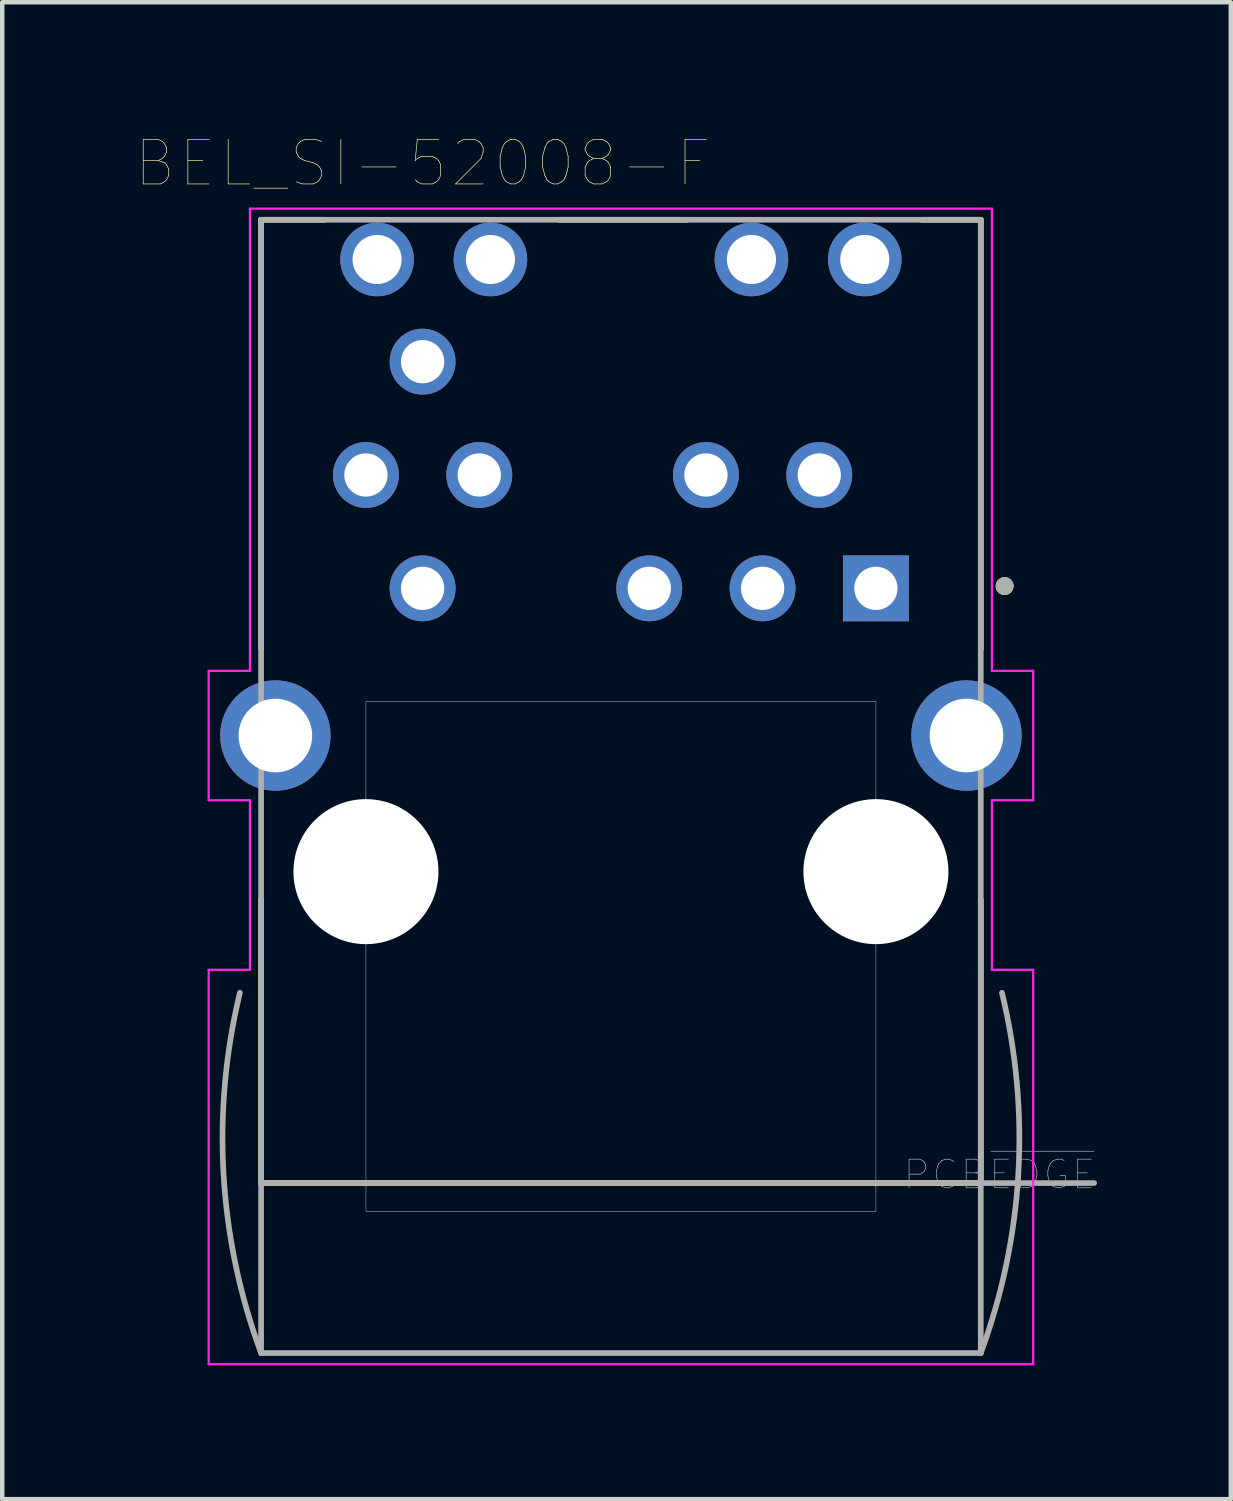
<source format=kicad_pcb>
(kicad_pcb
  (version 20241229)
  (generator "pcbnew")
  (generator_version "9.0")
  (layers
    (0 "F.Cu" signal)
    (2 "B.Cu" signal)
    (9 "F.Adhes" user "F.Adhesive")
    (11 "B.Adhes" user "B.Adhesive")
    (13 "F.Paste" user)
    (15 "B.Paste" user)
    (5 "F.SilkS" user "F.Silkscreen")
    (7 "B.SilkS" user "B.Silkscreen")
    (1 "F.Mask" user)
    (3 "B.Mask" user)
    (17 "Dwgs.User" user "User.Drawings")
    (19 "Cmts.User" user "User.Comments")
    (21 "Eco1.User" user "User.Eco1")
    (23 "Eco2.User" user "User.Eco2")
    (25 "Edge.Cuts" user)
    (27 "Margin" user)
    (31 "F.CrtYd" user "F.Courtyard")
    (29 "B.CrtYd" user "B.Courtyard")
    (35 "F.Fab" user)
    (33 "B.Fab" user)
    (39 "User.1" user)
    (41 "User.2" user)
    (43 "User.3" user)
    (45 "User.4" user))
  (footprint "BEL_SI-52008-F"
    (layer "F.Cu")
    (at 10.867 16.486)
    (property "Reference" "BEL_SI-52008-F" (at -4.445 -15.875 0) (layer "F.SilkS") (effects (font (size 1 1) (thickness 0.015))))
    (attr through_hole)
    (fp_line (start -8.065 -14.61) (end -8.065 -4.985) (stroke (width 0.127) (type solid)) (layer "F.SilkS"))
    (fp_line (start -8.065 0.63) (end -8.065 6.98) (stroke (width 0.127) (type solid)) (layer "F.SilkS"))
    (fp_line (start -8.065 6.98) (end 8.065 6.98) (stroke (width 0.127) (type solid)) (layer "F.SilkS"))
    (fp_line (start -6.64 -14.61) (end -8.065 -14.61) (stroke (width 0.127) (type solid)) (layer "F.SilkS"))
    (fp_line (start 1.48 -14.61) (end -1.38 -14.61) (stroke (width 0.127) (type solid)) (layer "F.SilkS"))
    (fp_line (start 8.065 -14.61) (end 6.74 -14.61) (stroke (width 0.127) (type solid)) (layer "F.SilkS"))
    (fp_line (start 8.065 -4.985) (end 8.065 -14.61) (stroke (width 0.127) (type solid)) (layer "F.SilkS"))
    (fp_line (start 8.065 6.98) (end 8.065 0.63) (stroke (width 0.127) (type solid)) (layer "F.SilkS"))
    (fp_circle (center 8.6 -6.4) (end 8.7 -6.4) (stroke (width 0.2) (type solid)) (fill no) (layer "F.SilkS"))
    (fp_poly (pts (xy -5.715 -3.81) (xy 5.715 -3.81) (xy 5.715 7.62) (xy -5.715 7.62)) (stroke (width 0.01) (type solid)) (fill no) (layer "Dwgs.User"))
    (fp_line (start -9.24 -4.5) (end -9.24 -1.6) (stroke (width 0.05) (type solid)) (layer "F.CrtYd"))
    (fp_line (start -9.24 -1.6) (end -8.315 -1.6) (stroke (width 0.05) (type solid)) (layer "F.CrtYd"))
    (fp_line (start -9.24 2.2) (end -9.24 11.04) (stroke (width 0.05) (type solid)) (layer "F.CrtYd"))
    (fp_line (start -9.24 11.04) (end 9.24 11.04) (stroke (width 0.05) (type solid)) (layer "F.CrtYd"))
    (fp_line (start -8.315 -14.86) (end -8.315 -4.5) (stroke (width 0.05) (type solid)) (layer "F.CrtYd"))
    (fp_line (start -8.315 -4.5) (end -9.24 -4.5) (stroke (width 0.05) (type solid)) (layer "F.CrtYd"))
    (fp_line (start -8.315 -1.6) (end -8.315 2.2) (stroke (width 0.05) (type solid)) (layer "F.CrtYd"))
    (fp_line (start -8.315 2.2) (end -9.24 2.2) (stroke (width 0.05) (type solid)) (layer "F.CrtYd"))
    (fp_line (start 8.315 -14.86) (end -8.315 -14.86) (stroke (width 0.05) (type solid)) (layer "F.CrtYd"))
    (fp_line (start 8.315 -4.5) (end 8.315 -14.86) (stroke (width 0.05) (type solid)) (layer "F.CrtYd"))
    (fp_line (start 8.315 -1.6) (end 9.24 -1.6) (stroke (width 0.05) (type solid)) (layer "F.CrtYd"))
    (fp_line (start 8.315 2.2) (end 8.315 -1.6) (stroke (width 0.05) (type solid)) (layer "F.CrtYd"))
    (fp_line (start 9.24 -4.5) (end 8.315 -4.5) (stroke (width 0.05) (type solid)) (layer "F.CrtYd"))
    (fp_line (start 9.24 -1.6) (end 9.24 -4.5) (stroke (width 0.05) (type solid)) (layer "F.CrtYd"))
    (fp_line (start 9.24 2.2) (end 8.315 2.2) (stroke (width 0.05) (type solid)) (layer "F.CrtYd"))
    (fp_line (start 9.24 11.04) (end 9.24 2.2) (stroke (width 0.05) (type solid)) (layer "F.CrtYd"))
    (fp_line (start -8.065 -14.61) (end -8.065 6.98) (stroke (width 0.127) (type solid)) (layer "F.Fab"))
    (fp_line (start -8.065 6.98) (end -8.065 10.79) (stroke (width 0.127) (type solid)) (layer "F.Fab"))
    (fp_line (start -8.065 6.98) (end 10.605 6.98) (stroke (width 0.127) (type solid)) (layer "F.Fab"))
    (fp_line (start -8.065 10.79) (end 8.065 10.79) (stroke (width 0.127) (type solid)) (layer "F.Fab"))
    (fp_line (start 8.065 -14.61) (end -8.065 -14.61) (stroke (width 0.127) (type solid)) (layer "F.Fab"))
    (fp_line (start 8.065 10.79) (end 8.065 -14.61) (stroke (width 0.127) (type solid)) (layer "F.Fab"))
    (fp_arc (start -8.065 10.79) (mid -8.905908 6.787995) (end -8.54 2.715) (stroke (width 0.127) (type solid)) (layer "F.Fab"))
    (fp_arc (start 8.54 2.715) (mid 8.905909 6.787995) (end 8.065 10.79) (stroke (width 0.127) (type solid)) (layer "F.Fab"))
    (fp_circle (center 8.6 -6.4) (end 8.7 -6.4) (stroke (width 0.2) (type solid)) (fill no) (layer "F.Fab"))
    (fp_text user "PCB~{EDGE}" (at 8.485 6.79 0) (layer "F.Fab") (effects (font (size 0.64 0.64) (thickness 0.015))))
    (pad "" np_thru_hole circle (at -5.715 0) (size 3.25 3.25) (drill 3.25) (layers "*.Cu" "*.Mask"))
    (pad "" np_thru_hole circle (at 5.715 0) (size 3.25 3.25) (drill 3.25) (layers "*.Cu" "*.Mask"))
    (pad "1" thru_hole rect (at 5.715 -6.35) (size 1.478 1.478) (drill 0.97) (layers "*.Cu" "*.Mask"))
    (pad "2" thru_hole circle (at 4.445 -8.89) (size 1.478 1.478) (drill 0.97) (layers "*.Cu" "*.Mask"))
    (pad "3" thru_hole circle (at 3.175 -6.35) (size 1.478 1.478) (drill 0.97) (layers "*.Cu" "*.Mask"))
    (pad "4" thru_hole circle (at 1.905 -8.89) (size 1.478 1.478) (drill 0.97) (layers "*.Cu" "*.Mask"))
    (pad "5" thru_hole circle (at 0.635 -6.35) (size 1.478 1.478) (drill 0.97) (layers "*.Cu" "*.Mask"))
    (pad "8" thru_hole circle (at -3.175 -8.89) (size 1.478 1.478) (drill 0.97) (layers "*.Cu" "*.Mask"))
    (pad "9" thru_hole circle (at -4.445 -6.35) (size 1.478 1.478) (drill 0.97) (layers "*.Cu" "*.Mask"))
    (pad "10" thru_hole circle (at -5.715 -8.89) (size 1.478 1.478) (drill 0.97) (layers "*.Cu" "*.Mask"))
    (pad "11" thru_hole circle (at -4.445 -11.43) (size 1.478 1.478) (drill 0.97) (layers "*.Cu" "*.Mask"))
    (pad "G_A" thru_hole circle (at -2.925 -13.72) (size 1.65 1.65) (drill 1.1) (layers "*.Cu" "*.Mask"))
    (pad "G_K" thru_hole circle (at -5.465 -13.72) (size 1.65 1.65) (drill 1.1) (layers "*.Cu" "*.Mask"))
    (pad "S1" thru_hole circle (at -7.745 -3.05) (size 2.475 2.475) (drill 1.65) (layers "*.Cu" "*.Mask"))
    (pad "S2" thru_hole circle (at 7.745 -3.05) (size 2.475 2.475) (drill 1.65) (layers "*.Cu" "*.Mask"))
    (pad "Y_A" thru_hole circle (at 5.465 -13.72) (size 1.65 1.65) (drill 1.1) (layers "*.Cu" "*.Mask"))
    (pad "Y_K" thru_hole circle (at 2.925 -13.72) (size 1.65 1.65) (drill 1.1) (layers "*.Cu" "*.Mask")))
  (gr_rect
    (start -3 -3)
    (end 24.536 30.551)
    (stroke (width 0.1) (type default))
    (fill no)
    (layer "Edge.Cuts")))
</source>
